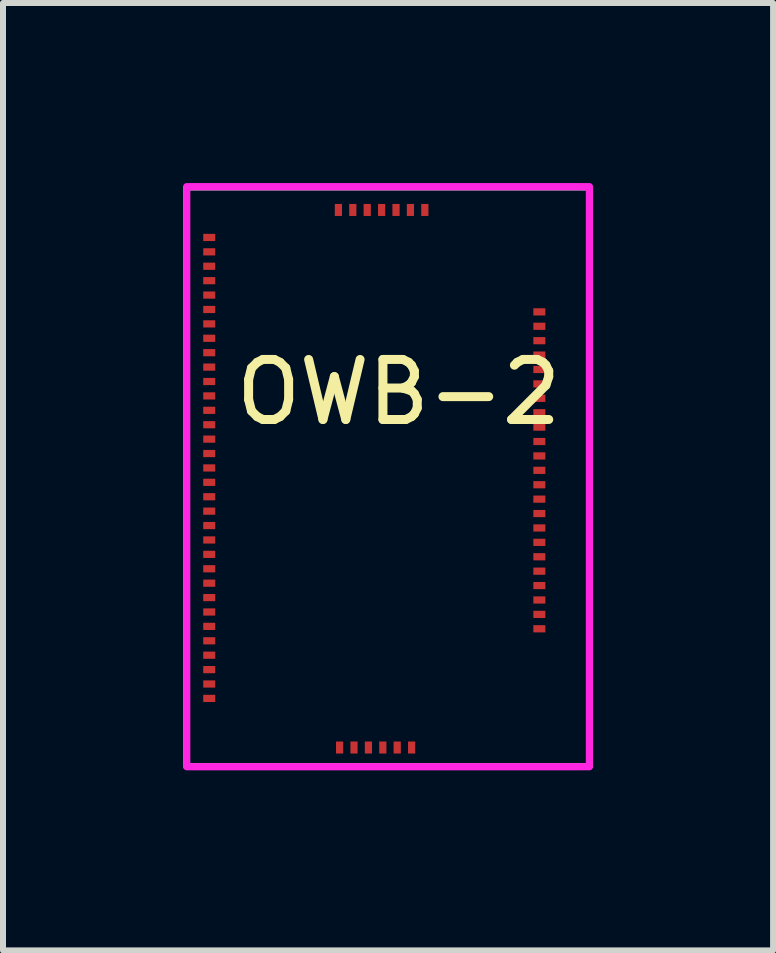
<source format=kicad_pcb>
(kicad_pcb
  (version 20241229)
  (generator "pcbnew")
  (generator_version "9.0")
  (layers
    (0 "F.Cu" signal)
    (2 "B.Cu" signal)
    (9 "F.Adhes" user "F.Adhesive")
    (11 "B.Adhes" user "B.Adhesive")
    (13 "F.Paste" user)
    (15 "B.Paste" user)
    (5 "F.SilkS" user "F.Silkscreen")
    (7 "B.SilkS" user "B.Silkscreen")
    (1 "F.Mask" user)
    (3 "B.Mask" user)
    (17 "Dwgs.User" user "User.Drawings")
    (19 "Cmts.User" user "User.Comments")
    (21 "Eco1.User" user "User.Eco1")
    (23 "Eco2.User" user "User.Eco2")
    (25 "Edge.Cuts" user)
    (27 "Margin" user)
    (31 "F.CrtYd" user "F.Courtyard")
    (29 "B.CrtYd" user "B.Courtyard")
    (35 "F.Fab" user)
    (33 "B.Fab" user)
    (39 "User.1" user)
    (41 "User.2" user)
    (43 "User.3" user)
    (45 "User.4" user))
  (footprint "OWB-2"
    (layer "F.Cu")
    (at 3.29 4.478)
    (property "Reference" "OWB-2" (at 0.302 -0.994 0) (unlocked yes) (layer "F.SilkS") (effects (font (size 1 1) (thickness 0.15))))
    (attr smd)
    (fp_rect (start -3.229 -4.418) (end 3.48 5.246) (stroke (width 0.12) (type solid)) (fill no) (layer "F.CrtYd"))
    (fp_line (start -1.558 -3.106) (end 1.502 -3.106) (stroke (width 0.00001) (type solid)) (layer "F.Fab"))
    (fp_line (start -1.558 -2.352) (end -1.558 -3.106) (stroke (width 0.00001) (type solid)) (layer "F.Fab"))
    (fp_line (start -1.558 3.305) (end -1.558 -2.352) (stroke (width 0.00001) (type solid)) (layer "F.Fab"))
    (fp_line (start -1.458 -2.668) (end -1.373 -2.668) (stroke (width 0.00001) (type solid)) (layer "F.Fab"))
    (fp_line (start -1.458 -2.583) (end -1.458 -2.668) (stroke (width 0.00001) (type solid)) (layer "F.Fab"))
    (fp_line (start -1.458 -2.518) (end -1.373 -2.518) (stroke (width 0.00001) (type solid)) (layer "F.Fab"))
    (fp_line (start -1.458 -2.433) (end -1.458 -2.518) (stroke (width 0.00001) (type solid)) (layer "F.Fab"))
    (fp_line (start -1.458 -2.368) (end -1.373 -2.368) (stroke (width 0.00001) (type solid)) (layer "F.Fab"))
    (fp_line (start -1.458 -2.283) (end -1.458 -2.368) (stroke (width 0.00001) (type solid)) (layer "F.Fab"))
    (fp_line (start -1.458 -2.218) (end -1.373 -2.218) (stroke (width 0.00001) (type solid)) (layer "F.Fab"))
    (fp_line (start -1.458 -2.133) (end -1.458 -2.218) (stroke (width 0.00001) (type solid)) (layer "F.Fab"))
    (fp_line (start -1.458 -2.068) (end -1.373 -2.068) (stroke (width 0.00001) (type solid)) (layer "F.Fab"))
    (fp_line (start -1.458 -1.983) (end -1.458 -2.068) (stroke (width 0.00001) (type solid)) (layer "F.Fab"))
    (fp_line (start -1.458 -1.918) (end -1.373 -1.918) (stroke (width 0.00001) (type solid)) (layer "F.Fab"))
    (fp_line (start -1.458 -1.833) (end -1.458 -1.918) (stroke (width 0.00001) (type solid)) (layer "F.Fab"))
    (fp_line (start -1.458 -1.768) (end -1.373 -1.768) (stroke (width 0.00001) (type solid)) (layer "F.Fab"))
    (fp_line (start -1.458 -1.683) (end -1.458 -1.768) (stroke (width 0.00001) (type solid)) (layer "F.Fab"))
    (fp_line (start -1.458 -1.618) (end -1.373 -1.618) (stroke (width 0.00001) (type solid)) (layer "F.Fab"))
    (fp_line (start -1.458 -1.533) (end -1.458 -1.618) (stroke (width 0.00001) (type solid)) (layer "F.Fab"))
    (fp_line (start -1.458 -1.468) (end -1.373 -1.468) (stroke (width 0.00001) (type solid)) (layer "F.Fab"))
    (fp_line (start -1.458 -1.383) (end -1.458 -1.468) (stroke (width 0.00001) (type solid)) (layer "F.Fab"))
    (fp_line (start -1.458 -1.318) (end -1.373 -1.318) (stroke (width 0.00001) (type solid)) (layer "F.Fab"))
    (fp_line (start -1.458 -1.233) (end -1.458 -1.318) (stroke (width 0.00001) (type solid)) (layer "F.Fab"))
    (fp_line (start -1.458 -1.168) (end -1.373 -1.168) (stroke (width 0.00001) (type solid)) (layer "F.Fab"))
    (fp_line (start -1.458 -1.083) (end -1.458 -1.168) (stroke (width 0.00001) (type solid)) (layer "F.Fab"))
    (fp_line (start -1.458 -1.018) (end -1.373 -1.018) (stroke (width 0.00001) (type solid)) (layer "F.Fab"))
    (fp_line (start -1.458 -0.933) (end -1.458 -1.018) (stroke (width 0.00001) (type solid)) (layer "F.Fab"))
    (fp_line (start -1.458 -0.868) (end -1.373 -0.868) (stroke (width 0.00001) (type solid)) (layer "F.Fab"))
    (fp_line (start -1.458 -0.783) (end -1.458 -0.868) (stroke (width 0.00001) (type solid)) (layer "F.Fab"))
    (fp_line (start -1.458 -0.718) (end -1.373 -0.718) (stroke (width 0.00001) (type solid)) (layer "F.Fab"))
    (fp_line (start -1.458 -0.633) (end -1.458 -0.718) (stroke (width 0.00001) (type solid)) (layer "F.Fab"))
    (fp_line (start -1.458 -0.568) (end -1.373 -0.568) (stroke (width 0.00001) (type solid)) (layer "F.Fab"))
    (fp_line (start -1.458 -0.483) (end -1.458 -0.568) (stroke (width 0.00001) (type solid)) (layer "F.Fab"))
    (fp_line (start -1.458 -0.418) (end -1.373 -0.418) (stroke (width 0.00001) (type solid)) (layer "F.Fab"))
    (fp_line (start -1.458 -0.333) (end -1.458 -0.418) (stroke (width 0.00001) (type solid)) (layer "F.Fab"))
    (fp_line (start -1.458 -0.268) (end -1.373 -0.268) (stroke (width 0.00001) (type solid)) (layer "F.Fab"))
    (fp_line (start -1.458 -0.183) (end -1.458 -0.268) (stroke (width 0.00001) (type solid)) (layer "F.Fab"))
    (fp_line (start -1.458 -0.118) (end -1.373 -0.118) (stroke (width 0.00001) (type solid)) (layer "F.Fab"))
    (fp_line (start -1.458 -0.033) (end -1.458 -0.118) (stroke (width 0.00001) (type solid)) (layer "F.Fab"))
    (fp_line (start -1.458 0.032) (end -1.373 0.032) (stroke (width 0.00001) (type solid)) (layer "F.Fab"))
    (fp_line (start -1.458 0.117) (end -1.458 0.032) (stroke (width 0.00001) (type solid)) (layer "F.Fab"))
    (fp_line (start -1.458 0.182) (end -1.373 0.182) (stroke (width 0.00001) (type solid)) (layer "F.Fab"))
    (fp_line (start -1.458 0.267) (end -1.458 0.182) (stroke (width 0.00001) (type solid)) (layer "F.Fab"))
    (fp_line (start -1.458 0.332) (end -1.373 0.332) (stroke (width 0.00001) (type solid)) (layer "F.Fab"))
    (fp_line (start -1.458 0.417) (end -1.458 0.332) (stroke (width 0.00001) (type solid)) (layer "F.Fab"))
    (fp_line (start -1.458 0.482) (end -1.373 0.482) (stroke (width 0.00001) (type solid)) (layer "F.Fab"))
    (fp_line (start -1.458 0.567) (end -1.458 0.482) (stroke (width 0.00001) (type solid)) (layer "F.Fab"))
    (fp_line (start -1.458 0.632) (end -1.373 0.632) (stroke (width 0.00001) (type solid)) (layer "F.Fab"))
    (fp_line (start -1.458 0.717) (end -1.458 0.632) (stroke (width 0.00001) (type solid)) (layer "F.Fab"))
    (fp_line (start -1.458 0.782) (end -1.373 0.782) (stroke (width 0.00001) (type solid)) (layer "F.Fab"))
    (fp_line (start -1.458 0.867) (end -1.458 0.782) (stroke (width 0.00001) (type solid)) (layer "F.Fab"))
    (fp_line (start -1.458 0.932) (end -1.373 0.932) (stroke (width 0.00001) (type solid)) (layer "F.Fab"))
    (fp_line (start -1.458 1.017) (end -1.458 0.932) (stroke (width 0.00001) (type solid)) (layer "F.Fab"))
    (fp_line (start -1.458 1.082) (end -1.373 1.082) (stroke (width 0.00001) (type solid)) (layer "F.Fab"))
    (fp_line (start -1.458 1.167) (end -1.458 1.082) (stroke (width 0.00001) (type solid)) (layer "F.Fab"))
    (fp_line (start -1.458 1.232) (end -1.373 1.232) (stroke (width 0.00001) (type solid)) (layer "F.Fab"))
    (fp_line (start -1.458 1.317) (end -1.458 1.232) (stroke (width 0.00001) (type solid)) (layer "F.Fab"))
    (fp_line (start -1.458 1.382) (end -1.373 1.382) (stroke (width 0.00001) (type solid)) (layer "F.Fab"))
    (fp_line (start -1.458 1.467) (end -1.458 1.382) (stroke (width 0.00001) (type solid)) (layer "F.Fab"))
    (fp_line (start -1.458 1.532) (end -1.373 1.532) (stroke (width 0.00001) (type solid)) (layer "F.Fab"))
    (fp_line (start -1.458 1.617) (end -1.458 1.532) (stroke (width 0.00001) (type solid)) (layer "F.Fab"))
    (fp_line (start -1.458 1.682) (end -1.373 1.682) (stroke (width 0.00001) (type solid)) (layer "F.Fab"))
    (fp_line (start -1.458 1.767) (end -1.458 1.682) (stroke (width 0.00001) (type solid)) (layer "F.Fab"))
    (fp_line (start -1.458 1.832) (end -1.373 1.832) (stroke (width 0.00001) (type solid)) (layer "F.Fab"))
    (fp_line (start -1.458 1.917) (end -1.458 1.832) (stroke (width 0.00001) (type solid)) (layer "F.Fab"))
    (fp_line (start -1.458 1.982) (end -1.373 1.982) (stroke (width 0.00001) (type solid)) (layer "F.Fab"))
    (fp_line (start -1.458 2.067) (end -1.458 1.982) (stroke (width 0.00001) (type solid)) (layer "F.Fab"))
    (fp_line (start -1.458 2.132) (end -1.373 2.132) (stroke (width 0.00001) (type solid)) (layer "F.Fab"))
    (fp_line (start -1.458 2.217) (end -1.458 2.132) (stroke (width 0.00001) (type solid)) (layer "F.Fab"))
    (fp_line (start -1.458 2.282) (end -1.373 2.282) (stroke (width 0.00001) (type solid)) (layer "F.Fab"))
    (fp_line (start -1.458 2.367) (end -1.458 2.282) (stroke (width 0.00001) (type solid)) (layer "F.Fab"))
    (fp_line (start -1.458 2.432) (end -1.373 2.432) (stroke (width 0.00001) (type solid)) (layer "F.Fab"))
    (fp_line (start -1.458 2.517) (end -1.458 2.432) (stroke (width 0.00001) (type solid)) (layer "F.Fab"))
    (fp_line (start -1.458 2.582) (end -1.373 2.582) (stroke (width 0.00001) (type solid)) (layer "F.Fab"))
    (fp_line (start -1.458 2.667) (end -1.458 2.582) (stroke (width 0.00001) (type solid)) (layer "F.Fab"))
    (fp_line (start -1.458 2.732) (end -1.373 2.732) (stroke (width 0.00001) (type solid)) (layer "F.Fab"))
    (fp_line (start -1.458 2.817) (end -1.458 2.732) (stroke (width 0.00001) (type solid)) (layer "F.Fab"))
    (fp_line (start -1.373 -2.668) (end -1.373 -2.583) (stroke (width 0.00001) (type solid)) (layer "F.Fab"))
    (fp_line (start -1.373 -2.583) (end -1.458 -2.583) (stroke (width 0.00001) (type solid)) (layer "F.Fab"))
    (fp_line (start -1.373 -2.518) (end -1.373 -2.433) (stroke (width 0.00001) (type solid)) (layer "F.Fab"))
    (fp_line (start -1.373 -2.433) (end -1.458 -2.433) (stroke (width 0.00001) (type solid)) (layer "F.Fab"))
    (fp_line (start -1.373 -2.368) (end -1.373 -2.283) (stroke (width 0.00001) (type solid)) (layer "F.Fab"))
    (fp_line (start -1.373 -2.283) (end -1.458 -2.283) (stroke (width 0.00001) (type solid)) (layer "F.Fab"))
    (fp_line (start -1.373 -2.218) (end -1.373 -2.133) (stroke (width 0.00001) (type solid)) (layer "F.Fab"))
    (fp_line (start -1.373 -2.133) (end -1.458 -2.133) (stroke (width 0.00001) (type solid)) (layer "F.Fab"))
    (fp_line (start -1.373 -2.068) (end -1.373 -1.983) (stroke (width 0.00001) (type solid)) (layer "F.Fab"))
    (fp_line (start -1.373 -1.983) (end -1.458 -1.983) (stroke (width 0.00001) (type solid)) (layer "F.Fab"))
    (fp_line (start -1.373 -1.918) (end -1.373 -1.833) (stroke (width 0.00001) (type solid)) (layer "F.Fab"))
    (fp_line (start -1.373 -1.833) (end -1.458 -1.833) (stroke (width 0.00001) (type solid)) (layer "F.Fab"))
    (fp_line (start -1.373 -1.768) (end -1.373 -1.683) (stroke (width 0.00001) (type solid)) (layer "F.Fab"))
    (fp_line (start -1.373 -1.683) (end -1.458 -1.683) (stroke (width 0.00001) (type solid)) (layer "F.Fab"))
    (fp_line (start -1.373 -1.618) (end -1.373 -1.533) (stroke (width 0.00001) (type solid)) (layer "F.Fab"))
    (fp_line (start -1.373 -1.533) (end -1.458 -1.533) (stroke (width 0.00001) (type solid)) (layer "F.Fab"))
    (fp_line (start -1.373 -1.468) (end -1.373 -1.383) (stroke (width 0.00001) (type solid)) (layer "F.Fab"))
    (fp_line (start -1.373 -1.383) (end -1.458 -1.383) (stroke (width 0.00001) (type solid)) (layer "F.Fab"))
    (fp_line (start -1.373 -1.318) (end -1.373 -1.233) (stroke (width 0.00001) (type solid)) (layer "F.Fab"))
    (fp_line (start -1.373 -1.233) (end -1.458 -1.233) (stroke (width 0.00001) (type solid)) (layer "F.Fab"))
    (fp_line (start -1.373 -1.168) (end -1.373 -1.083) (stroke (width 0.00001) (type solid)) (layer "F.Fab"))
    (fp_line (start -1.373 -1.083) (end -1.458 -1.083) (stroke (width 0.00001) (type solid)) (layer "F.Fab"))
    (fp_line (start -1.373 -1.018) (end -1.373 -0.933) (stroke (width 0.00001) (type solid)) (layer "F.Fab"))
    (fp_line (start -1.373 -0.933) (end -1.458 -0.933) (stroke (width 0.00001) (type solid)) (layer "F.Fab"))
    (fp_line (start -1.373 -0.868) (end -1.373 -0.783) (stroke (width 0.00001) (type solid)) (layer "F.Fab"))
    (fp_line (start -1.373 -0.783) (end -1.458 -0.783) (stroke (width 0.00001) (type solid)) (layer "F.Fab"))
    (fp_line (start -1.373 -0.718) (end -1.373 -0.633) (stroke (width 0.00001) (type solid)) (layer "F.Fab"))
    (fp_line (start -1.373 -0.633) (end -1.458 -0.633) (stroke (width 0.00001) (type solid)) (layer "F.Fab"))
    (fp_line (start -1.373 -0.568) (end -1.373 -0.483) (stroke (width 0.00001) (type solid)) (layer "F.Fab"))
    (fp_line (start -1.373 -0.483) (end -1.458 -0.483) (stroke (width 0.00001) (type solid)) (layer "F.Fab"))
    (fp_line (start -1.373 -0.418) (end -1.373 -0.333) (stroke (width 0.00001) (type solid)) (layer "F.Fab"))
    (fp_line (start -1.373 -0.333) (end -1.458 -0.333) (stroke (width 0.00001) (type solid)) (layer "F.Fab"))
    (fp_line (start -1.373 -0.268) (end -1.373 -0.183) (stroke (width 0.00001) (type solid)) (layer "F.Fab"))
    (fp_line (start -1.373 -0.183) (end -1.458 -0.183) (stroke (width 0.00001) (type solid)) (layer "F.Fab"))
    (fp_line (start -1.373 -0.118) (end -1.373 -0.033) (stroke (width 0.00001) (type solid)) (layer "F.Fab"))
    (fp_line (start -1.373 -0.033) (end -1.458 -0.033) (stroke (width 0.00001) (type solid)) (layer "F.Fab"))
    (fp_line (start -1.373 0.032) (end -1.373 0.117) (stroke (width 0.00001) (type solid)) (layer "F.Fab"))
    (fp_line (start -1.373 0.117) (end -1.458 0.117) (stroke (width 0.00001) (type solid)) (layer "F.Fab"))
    (fp_line (start -1.373 0.182) (end -1.373 0.267) (stroke (width 0.00001) (type solid)) (layer "F.Fab"))
    (fp_line (start -1.373 0.267) (end -1.458 0.267) (stroke (width 0.00001) (type solid)) (layer "F.Fab"))
    (fp_line (start -1.373 0.332) (end -1.373 0.417) (stroke (width 0.00001) (type solid)) (layer "F.Fab"))
    (fp_line (start -1.373 0.417) (end -1.458 0.417) (stroke (width 0.00001) (type solid)) (layer "F.Fab"))
    (fp_line (start -1.373 0.482) (end -1.373 0.567) (stroke (width 0.00001) (type solid)) (layer "F.Fab"))
    (fp_line (start -1.373 0.567) (end -1.458 0.567) (stroke (width 0.00001) (type solid)) (layer "F.Fab"))
    (fp_line (start -1.373 0.632) (end -1.373 0.717) (stroke (width 0.00001) (type solid)) (layer "F.Fab"))
    (fp_line (start -1.373 0.717) (end -1.458 0.717) (stroke (width 0.00001) (type solid)) (layer "F.Fab"))
    (fp_line (start -1.373 0.782) (end -1.373 0.867) (stroke (width 0.00001) (type solid)) (layer "F.Fab"))
    (fp_line (start -1.373 0.867) (end -1.458 0.867) (stroke (width 0.00001) (type solid)) (layer "F.Fab"))
    (fp_line (start -1.373 0.932) (end -1.373 1.017) (stroke (width 0.00001) (type solid)) (layer "F.Fab"))
    (fp_line (start -1.373 1.017) (end -1.458 1.017) (stroke (width 0.00001) (type solid)) (layer "F.Fab"))
    (fp_line (start -1.373 1.082) (end -1.373 1.167) (stroke (width 0.00001) (type solid)) (layer "F.Fab"))
    (fp_line (start -1.373 1.167) (end -1.458 1.167) (stroke (width 0.00001) (type solid)) (layer "F.Fab"))
    (fp_line (start -1.373 1.232) (end -1.373 1.317) (stroke (width 0.00001) (type solid)) (layer "F.Fab"))
    (fp_line (start -1.373 1.317) (end -1.458 1.317) (stroke (width 0.00001) (type solid)) (layer "F.Fab"))
    (fp_line (start -1.373 1.382) (end -1.373 1.467) (stroke (width 0.00001) (type solid)) (layer "F.Fab"))
    (fp_line (start -1.373 1.467) (end -1.458 1.467) (stroke (width 0.00001) (type solid)) (layer "F.Fab"))
    (fp_line (start -1.373 1.532) (end -1.373 1.617) (stroke (width 0.00001) (type solid)) (layer "F.Fab"))
    (fp_line (start -1.373 1.617) (end -1.458 1.617) (stroke (width 0.00001) (type solid)) (layer "F.Fab"))
    (fp_line (start -1.373 1.682) (end -1.373 1.767) (stroke (width 0.00001) (type solid)) (layer "F.Fab"))
    (fp_line (start -1.373 1.767) (end -1.458 1.767) (stroke (width 0.00001) (type solid)) (layer "F.Fab"))
    (fp_line (start -1.373 1.832) (end -1.373 1.917) (stroke (width 0.00001) (type solid)) (layer "F.Fab"))
    (fp_line (start -1.373 1.917) (end -1.458 1.917) (stroke (width 0.00001) (type solid)) (layer "F.Fab"))
    (fp_line (start -1.373 1.982) (end -1.373 2.067) (stroke (width 0.00001) (type solid)) (layer "F.Fab"))
    (fp_line (start -1.373 2.067) (end -1.458 2.067) (stroke (width 0.00001) (type solid)) (layer "F.Fab"))
    (fp_line (start -1.373 2.132) (end -1.373 2.217) (stroke (width 0.00001) (type solid)) (layer "F.Fab"))
    (fp_line (start -1.373 2.217) (end -1.458 2.217) (stroke (width 0.00001) (type solid)) (layer "F.Fab"))
    (fp_line (start -1.373 2.282) (end -1.373 2.367) (stroke (width 0.00001) (type solid)) (layer "F.Fab"))
    (fp_line (start -1.373 2.367) (end -1.458 2.367) (stroke (width 0.00001) (type solid)) (layer "F.Fab"))
    (fp_line (start -1.373 2.432) (end -1.373 2.517) (stroke (width 0.00001) (type solid)) (layer "F.Fab"))
    (fp_line (start -1.373 2.517) (end -1.458 2.517) (stroke (width 0.00001) (type solid)) (layer "F.Fab"))
    (fp_line (start -1.373 2.582) (end -1.373 2.667) (stroke (width 0.00001) (type solid)) (layer "F.Fab"))
    (fp_line (start -1.373 2.667) (end -1.458 2.667) (stroke (width 0.00001) (type solid)) (layer "F.Fab"))
    (fp_line (start -1.373 2.732) (end -1.373 2.817) (stroke (width 0.00001) (type solid)) (layer "F.Fab"))
    (fp_line (start -1.373 2.817) (end -1.458 2.817) (stroke (width 0.00001) (type solid)) (layer "F.Fab"))
    (fp_line (start -1.121 -3.006) (end -1.036 -3.006) (stroke (width 0.00001) (type solid)) (layer "F.Fab"))
    (fp_line (start -1.121 -2.921) (end -1.121 -3.006) (stroke (width 0.00001) (type solid)) (layer "F.Fab"))
    (fp_line (start -1.121 3.119) (end -1.036 3.119) (stroke (width 0.00001) (type solid)) (layer "F.Fab"))
    (fp_line (start -1.121 3.204) (end -1.121 3.119) (stroke (width 0.00001) (type solid)) (layer "F.Fab"))
    (fp_line (start -1.036 -3.006) (end -1.036 -2.921) (stroke (width 0.00001) (type solid)) (layer "F.Fab"))
    (fp_line (start -1.036 -2.921) (end -1.121 -2.921) (stroke (width 0.00001) (type solid)) (layer "F.Fab"))
    (fp_line (start -1.036 3.119) (end -1.036 3.204) (stroke (width 0.00001) (type solid)) (layer "F.Fab"))
    (fp_line (start -1.036 3.204) (end -1.121 3.204) (stroke (width 0.00001) (type solid)) (layer "F.Fab"))
    (fp_line (start -0.971 -3.006) (end -0.885 -3.006) (stroke (width 0.00001) (type solid)) (layer "F.Fab"))
    (fp_line (start -0.971 -2.921) (end -0.971 -3.006) (stroke (width 0.00001) (type solid)) (layer "F.Fab"))
    (fp_line (start -0.971 3.119) (end -0.885 3.119) (stroke (width 0.00001) (type solid)) (layer "F.Fab"))
    (fp_line (start -0.971 3.204) (end -0.971 3.119) (stroke (width 0.00001) (type solid)) (layer "F.Fab"))
    (fp_line (start -0.885 -3.006) (end -0.885 -2.921) (stroke (width 0.00001) (type solid)) (layer "F.Fab"))
    (fp_line (start -0.885 -2.921) (end -0.971 -2.921) (stroke (width 0.00001) (type solid)) (layer "F.Fab"))
    (fp_line (start -0.885 3.119) (end -0.885 3.204) (stroke (width 0.00001) (type solid)) (layer "F.Fab"))
    (fp_line (start -0.885 3.204) (end -0.971 3.204) (stroke (width 0.00001) (type solid)) (layer "F.Fab"))
    (fp_line (start -0.821 -3.006) (end -0.736 -3.006) (stroke (width 0.00001) (type solid)) (layer "F.Fab"))
    (fp_line (start -0.821 -2.921) (end -0.821 -3.006) (stroke (width 0.00001) (type solid)) (layer "F.Fab"))
    (fp_line (start -0.821 3.119) (end -0.736 3.119) (stroke (width 0.00001) (type solid)) (layer "F.Fab"))
    (fp_line (start -0.821 3.204) (end -0.821 3.119) (stroke (width 0.00001) (type solid)) (layer "F.Fab"))
    (fp_line (start -0.736 -3.006) (end -0.736 -2.921) (stroke (width 0.00001) (type solid)) (layer "F.Fab"))
    (fp_line (start -0.736 -2.921) (end -0.821 -2.921) (stroke (width 0.00001) (type solid)) (layer "F.Fab"))
    (fp_line (start -0.736 3.119) (end -0.736 3.204) (stroke (width 0.00001) (type solid)) (layer "F.Fab"))
    (fp_line (start -0.736 3.204) (end -0.821 3.204) (stroke (width 0.00001) (type solid)) (layer "F.Fab"))
    (fp_line (start -0.67 -3.006) (end -0.586 -3.006) (stroke (width 0.00001) (type solid)) (layer "F.Fab"))
    (fp_line (start -0.67 -2.921) (end -0.67 -3.006) (stroke (width 0.00001) (type solid)) (layer "F.Fab"))
    (fp_line (start -0.67 3.119) (end -0.586 3.119) (stroke (width 0.00001) (type solid)) (layer "F.Fab"))
    (fp_line (start -0.67 3.204) (end -0.67 3.119) (stroke (width 0.00001) (type solid)) (layer "F.Fab"))
    (fp_line (start -0.586 -3.006) (end -0.586 -2.921) (stroke (width 0.00001) (type solid)) (layer "F.Fab"))
    (fp_line (start -0.586 -2.921) (end -0.67 -2.921) (stroke (width 0.00001) (type solid)) (layer "F.Fab"))
    (fp_line (start -0.586 3.119) (end -0.586 3.204) (stroke (width 0.00001) (type solid)) (layer "F.Fab"))
    (fp_line (start -0.586 3.204) (end -0.67 3.204) (stroke (width 0.00001) (type solid)) (layer "F.Fab"))
    (fp_line (start -0.52 -3.006) (end -0.435 -3.006) (stroke (width 0.00001) (type solid)) (layer "F.Fab"))
    (fp_line (start -0.52 -2.921) (end -0.52 -3.006) (stroke (width 0.00001) (type solid)) (layer "F.Fab"))
    (fp_line (start -0.52 3.119) (end -0.435 3.119) (stroke (width 0.00001) (type solid)) (layer "F.Fab"))
    (fp_line (start -0.52 3.204) (end -0.52 3.119) (stroke (width 0.00001) (type solid)) (layer "F.Fab"))
    (fp_line (start -0.435 -3.006) (end -0.435 -2.921) (stroke (width 0.00001) (type solid)) (layer "F.Fab"))
    (fp_line (start -0.435 -2.921) (end -0.52 -2.921) (stroke (width 0.00001) (type solid)) (layer "F.Fab"))
    (fp_line (start -0.435 3.119) (end -0.435 3.204) (stroke (width 0.00001) (type solid)) (layer "F.Fab"))
    (fp_line (start -0.435 3.204) (end -0.52 3.204) (stroke (width 0.00001) (type solid)) (layer "F.Fab"))
    (fp_line (start -0.37 -3.006) (end -0.285 -3.006) (stroke (width 0.00001) (type solid)) (layer "F.Fab"))
    (fp_line (start -0.37 -2.921) (end -0.37 -3.006) (stroke (width 0.00001) (type solid)) (layer "F.Fab"))
    (fp_line (start -0.37 3.119) (end -0.285 3.119) (stroke (width 0.00001) (type solid)) (layer "F.Fab"))
    (fp_line (start -0.37 3.204) (end -0.37 3.119) (stroke (width 0.00001) (type solid)) (layer "F.Fab"))
    (fp_line (start -0.285 -3.006) (end -0.285 -2.921) (stroke (width 0.00001) (type solid)) (layer "F.Fab"))
    (fp_line (start -0.285 -2.921) (end -0.37 -2.921) (stroke (width 0.00001) (type solid)) (layer "F.Fab"))
    (fp_line (start -0.285 3.119) (end -0.285 3.204) (stroke (width 0.00001) (type solid)) (layer "F.Fab"))
    (fp_line (start -0.285 3.204) (end -0.37 3.204) (stroke (width 0.00001) (type solid)) (layer "F.Fab"))
    (fp_line (start -0.221 -3.006) (end -0.136 -3.006) (stroke (width 0.00001) (type solid)) (layer "F.Fab"))
    (fp_line (start -0.221 -2.921) (end -0.221 -3.006) (stroke (width 0.00001) (type solid)) (layer "F.Fab"))
    (fp_line (start -0.221 3.119) (end -0.136 3.119) (stroke (width 0.00001) (type solid)) (layer "F.Fab"))
    (fp_line (start -0.221 3.204) (end -0.221 3.119) (stroke (width 0.00001) (type solid)) (layer "F.Fab"))
    (fp_line (start -0.136 -3.006) (end -0.136 -2.921) (stroke (width 0.00001) (type solid)) (layer "F.Fab"))
    (fp_line (start -0.136 -2.921) (end -0.221 -2.921) (stroke (width 0.00001) (type solid)) (layer "F.Fab"))
    (fp_line (start -0.136 3.119) (end -0.136 3.204) (stroke (width 0.00001) (type solid)) (layer "F.Fab"))
    (fp_line (start -0.136 3.204) (end -0.221 3.204) (stroke (width 0.00001) (type solid)) (layer "F.Fab"))
    (fp_line (start -0.07 -3.006) (end 0.015 -3.006) (stroke (width 0.00001) (type solid)) (layer "F.Fab"))
    (fp_line (start -0.07 -2.921) (end -0.07 -3.006) (stroke (width 0.00001) (type solid)) (layer "F.Fab"))
    (fp_line (start -0.07 3.119) (end 0.015 3.119) (stroke (width 0.00001) (type solid)) (layer "F.Fab"))
    (fp_line (start -0.07 3.204) (end -0.07 3.119) (stroke (width 0.00001) (type solid)) (layer "F.Fab"))
    (fp_line (start 0.015 -3.006) (end 0.015 -2.921) (stroke (width 0.00001) (type solid)) (layer "F.Fab"))
    (fp_line (start 0.015 -2.921) (end -0.07 -2.921) (stroke (width 0.00001) (type solid)) (layer "F.Fab"))
    (fp_line (start 0.015 3.119) (end 0.015 3.204) (stroke (width 0.00001) (type solid)) (layer "F.Fab"))
    (fp_line (start 0.015 3.204) (end -0.07 3.204) (stroke (width 0.00001) (type solid)) (layer "F.Fab"))
    (fp_line (start 0.08 -3.006) (end 0.165 -3.006) (stroke (width 0.00001) (type solid)) (layer "F.Fab"))
    (fp_line (start 0.08 -2.921) (end 0.08 -3.006) (stroke (width 0.00001) (type solid)) (layer "F.Fab"))
    (fp_line (start 0.08 3.119) (end 0.165 3.119) (stroke (width 0.00001) (type solid)) (layer "F.Fab"))
    (fp_line (start 0.08 3.204) (end 0.08 3.119) (stroke (width 0.00001) (type solid)) (layer "F.Fab"))
    (fp_line (start 0.165 -3.006) (end 0.165 -2.921) (stroke (width 0.00001) (type solid)) (layer "F.Fab"))
    (fp_line (start 0.165 -2.921) (end 0.08 -2.921) (stroke (width 0.00001) (type solid)) (layer "F.Fab"))
    (fp_line (start 0.165 3.119) (end 0.165 3.204) (stroke (width 0.00001) (type solid)) (layer "F.Fab"))
    (fp_line (start 0.165 3.204) (end 0.08 3.204) (stroke (width 0.00001) (type solid)) (layer "F.Fab"))
    (fp_line (start 0.23 -3.006) (end 0.315 -3.006) (stroke (width 0.00001) (type solid)) (layer "F.Fab"))
    (fp_line (start 0.23 -2.921) (end 0.23 -3.006) (stroke (width 0.00001) (type solid)) (layer "F.Fab"))
    (fp_line (start 0.23 3.119) (end 0.315 3.119) (stroke (width 0.00001) (type solid)) (layer "F.Fab"))
    (fp_line (start 0.23 3.204) (end 0.23 3.119) (stroke (width 0.00001) (type solid)) (layer "F.Fab"))
    (fp_line (start 0.315 -3.006) (end 0.315 -2.921) (stroke (width 0.00001) (type solid)) (layer "F.Fab"))
    (fp_line (start 0.315 -2.921) (end 0.23 -2.921) (stroke (width 0.00001) (type solid)) (layer "F.Fab"))
    (fp_line (start 0.315 3.119) (end 0.315 3.204) (stroke (width 0.00001) (type solid)) (layer "F.Fab"))
    (fp_line (start 0.315 3.204) (end 0.23 3.204) (stroke (width 0.00001) (type solid)) (layer "F.Fab"))
    (fp_line (start 0.38 -3.006) (end 0.465 -3.006) (stroke (width 0.00001) (type solid)) (layer "F.Fab"))
    (fp_line (start 0.38 -2.921) (end 0.38 -3.006) (stroke (width 0.00001) (type solid)) (layer "F.Fab"))
    (fp_line (start 0.38 3.119) (end 0.465 3.119) (stroke (width 0.00001) (type solid)) (layer "F.Fab"))
    (fp_line (start 0.38 3.204) (end 0.38 3.119) (stroke (width 0.00001) (type solid)) (layer "F.Fab"))
    (fp_line (start 0.465 -3.006) (end 0.465 -2.921) (stroke (width 0.00001) (type solid)) (layer "F.Fab"))
    (fp_line (start 0.465 -2.921) (end 0.38 -2.921) (stroke (width 0.00001) (type solid)) (layer "F.Fab"))
    (fp_line (start 0.465 3.119) (end 0.465 3.204) (stroke (width 0.00001) (type solid)) (layer "F.Fab"))
    (fp_line (start 0.465 3.204) (end 0.38 3.204) (stroke (width 0.00001) (type solid)) (layer "F.Fab"))
    (fp_line (start 0.529 -3.006) (end 0.615 -3.006) (stroke (width 0.00001) (type solid)) (layer "F.Fab"))
    (fp_line (start 0.529 -2.921) (end 0.529 -3.006) (stroke (width 0.00001) (type solid)) (layer "F.Fab"))
    (fp_line (start 0.529 3.119) (end 0.615 3.119) (stroke (width 0.00001) (type solid)) (layer "F.Fab"))
    (fp_line (start 0.529 3.204) (end 0.529 3.119) (stroke (width 0.00001) (type solid)) (layer "F.Fab"))
    (fp_line (start 0.615 -3.006) (end 0.615 -2.921) (stroke (width 0.00001) (type solid)) (layer "F.Fab"))
    (fp_line (start 0.615 -2.921) (end 0.529 -2.921) (stroke (width 0.00001) (type solid)) (layer "F.Fab"))
    (fp_line (start 0.615 3.119) (end 0.615 3.204) (stroke (width 0.00001) (type solid)) (layer "F.Fab"))
    (fp_line (start 0.615 3.204) (end 0.529 3.204) (stroke (width 0.00001) (type solid)) (layer "F.Fab"))
    (fp_line (start 0.679 -3.006) (end 0.764 -3.006) (stroke (width 0.00001) (type solid)) (layer "F.Fab"))
    (fp_line (start 0.679 -2.921) (end 0.679 -3.006) (stroke (width 0.00001) (type solid)) (layer "F.Fab"))
    (fp_line (start 0.679 3.119) (end 0.764 3.119) (stroke (width 0.00001) (type solid)) (layer "F.Fab"))
    (fp_line (start 0.679 3.204) (end 0.679 3.119) (stroke (width 0.00001) (type solid)) (layer "F.Fab"))
    (fp_line (start 0.764 -3.006) (end 0.764 -2.921) (stroke (width 0.00001) (type solid)) (layer "F.Fab"))
    (fp_line (start 0.764 -2.921) (end 0.679 -2.921) (stroke (width 0.00001) (type solid)) (layer "F.Fab"))
    (fp_line (start 0.764 3.119) (end 0.764 3.204) (stroke (width 0.00001) (type solid)) (layer "F.Fab"))
    (fp_line (start 0.764 3.204) (end 0.679 3.204) (stroke (width 0.00001) (type solid)) (layer "F.Fab"))
    (fp_line (start 0.83 -3.006) (end 0.914 -3.006) (stroke (width 0.00001) (type solid)) (layer "F.Fab"))
    (fp_line (start 0.83 -2.921) (end 0.83 -3.006) (stroke (width 0.00001) (type solid)) (layer "F.Fab"))
    (fp_line (start 0.83 3.119) (end 0.914 3.119) (stroke (width 0.00001) (type solid)) (layer "F.Fab"))
    (fp_line (start 0.83 3.204) (end 0.83 3.119) (stroke (width 0.00001) (type solid)) (layer "F.Fab"))
    (fp_line (start 0.914 -3.006) (end 0.914 -2.921) (stroke (width 0.00001) (type solid)) (layer "F.Fab"))
    (fp_line (start 0.914 -2.921) (end 0.83 -2.921) (stroke (width 0.00001) (type solid)) (layer "F.Fab"))
    (fp_line (start 0.914 3.119) (end 0.914 3.204) (stroke (width 0.00001) (type solid)) (layer "F.Fab"))
    (fp_line (start 0.914 3.204) (end 0.83 3.204) (stroke (width 0.00001) (type solid)) (layer "F.Fab"))
    (fp_line (start 0.98 -3.006) (end 1.065 -3.006) (stroke (width 0.00001) (type solid)) (layer "F.Fab"))
    (fp_line (start 0.98 -2.921) (end 0.98 -3.006) (stroke (width 0.00001) (type solid)) (layer "F.Fab"))
    (fp_line (start 1.065 -3.006) (end 1.065 -2.921) (stroke (width 0.00001) (type solid)) (layer "F.Fab"))
    (fp_line (start 1.065 -2.921) (end 0.98 -2.921) (stroke (width 0.00001) (type solid)) (layer "F.Fab"))
    (fp_line (start 1.317 -2.668) (end 1.402 -2.668) (stroke (width 0.00001) (type solid)) (layer "F.Fab"))
    (fp_line (start 1.317 -2.583) (end 1.317 -2.668) (stroke (width 0.00001) (type solid)) (layer "F.Fab"))
    (fp_line (start 1.317 -2.518) (end 1.402 -2.518) (stroke (width 0.00001) (type solid)) (layer "F.Fab"))
    (fp_line (start 1.317 -2.433) (end 1.317 -2.518) (stroke (width 0.00001) (type solid)) (layer "F.Fab"))
    (fp_line (start 1.317 -2.368) (end 1.402 -2.368) (stroke (width 0.00001) (type solid)) (layer "F.Fab"))
    (fp_line (start 1.317 -2.283) (end 1.317 -2.368) (stroke (width 0.00001) (type solid)) (layer "F.Fab"))
    (fp_line (start 1.317 -2.218) (end 1.402 -2.218) (stroke (width 0.00001) (type solid)) (layer "F.Fab"))
    (fp_line (start 1.317 -2.133) (end 1.317 -2.218) (stroke (width 0.00001) (type solid)) (layer "F.Fab"))
    (fp_line (start 1.317 -2.018) (end 1.402 -2.018) (stroke (width 0.00001) (type solid)) (layer "F.Fab"))
    (fp_line (start 1.317 -1.933) (end 1.317 -2.018) (stroke (width 0.00001) (type solid)) (layer "F.Fab"))
    (fp_line (start 1.317 -1.868) (end 1.402 -1.868) (stroke (width 0.00001) (type solid)) (layer "F.Fab"))
    (fp_line (start 1.317 -1.783) (end 1.317 -1.868) (stroke (width 0.00001) (type solid)) (layer "F.Fab"))
    (fp_line (start 1.317 -1.718) (end 1.402 -1.718) (stroke (width 0.00001) (type solid)) (layer "F.Fab"))
    (fp_line (start 1.317 -1.633) (end 1.317 -1.718) (stroke (width 0.00001) (type solid)) (layer "F.Fab"))
    (fp_line (start 1.317 -1.568) (end 1.402 -1.568) (stroke (width 0.00001) (type solid)) (layer "F.Fab"))
    (fp_line (start 1.317 -1.483) (end 1.317 -1.568) (stroke (width 0.00001) (type solid)) (layer "F.Fab"))
    (fp_line (start 1.317 -1.418) (end 1.402 -1.418) (stroke (width 0.00001) (type solid)) (layer "F.Fab"))
    (fp_line (start 1.317 -1.333) (end 1.317 -1.418) (stroke (width 0.00001) (type solid)) (layer "F.Fab"))
    (fp_line (start 1.317 -1.268) (end 1.402 -1.268) (stroke (width 0.00001) (type solid)) (layer "F.Fab"))
    (fp_line (start 1.317 -1.183) (end 1.317 -1.268) (stroke (width 0.00001) (type solid)) (layer "F.Fab"))
    (fp_line (start 1.317 -1.118) (end 1.402 -1.118) (stroke (width 0.00001) (type solid)) (layer "F.Fab"))
    (fp_line (start 1.317 -1.033) (end 1.317 -1.118) (stroke (width 0.00001) (type solid)) (layer "F.Fab"))
    (fp_line (start 1.317 -0.968) (end 1.402 -0.968) (stroke (width 0.00001) (type solid)) (layer "F.Fab"))
    (fp_line (start 1.317 -0.883) (end 1.317 -0.968) (stroke (width 0.00001) (type solid)) (layer "F.Fab"))
    (fp_line (start 1.317 -0.818) (end 1.402 -0.818) (stroke (width 0.00001) (type solid)) (layer "F.Fab"))
    (fp_line (start 1.317 -0.733) (end 1.317 -0.818) (stroke (width 0.00001) (type solid)) (layer "F.Fab"))
    (fp_line (start 1.317 -0.668) (end 1.402 -0.668) (stroke (width 0.00001) (type solid)) (layer "F.Fab"))
    (fp_line (start 1.317 -0.583) (end 1.317 -0.668) (stroke (width 0.00001) (type solid)) (layer "F.Fab"))
    (fp_line (start 1.317 -0.518) (end 1.402 -0.518) (stroke (width 0.00001) (type solid)) (layer "F.Fab"))
    (fp_line (start 1.317 -0.433) (end 1.317 -0.518) (stroke (width 0.00001) (type solid)) (layer "F.Fab"))
    (fp_line (start 1.317 -0.368) (end 1.402 -0.368) (stroke (width 0.00001) (type solid)) (layer "F.Fab"))
    (fp_line (start 1.317 -0.283) (end 1.317 -0.368) (stroke (width 0.00001) (type solid)) (layer "F.Fab"))
    (fp_line (start 1.317 -0.218) (end 1.402 -0.218) (stroke (width 0.00001) (type solid)) (layer "F.Fab"))
    (fp_line (start 1.317 -0.133) (end 1.317 -0.218) (stroke (width 0.00001) (type solid)) (layer "F.Fab"))
    (fp_line (start 1.317 -0.068) (end 1.402 -0.068) (stroke (width 0.00001) (type solid)) (layer "F.Fab"))
    (fp_line (start 1.317 0.017) (end 1.317 -0.068) (stroke (width 0.00001) (type solid)) (layer "F.Fab"))
    (fp_line (start 1.317 0.082) (end 1.402 0.082) (stroke (width 0.00001) (type solid)) (layer "F.Fab"))
    (fp_line (start 1.317 0.167) (end 1.317 0.082) (stroke (width 0.00001) (type solid)) (layer "F.Fab"))
    (fp_line (start 1.317 0.232) (end 1.402 0.232) (stroke (width 0.00001) (type solid)) (layer "F.Fab"))
    (fp_line (start 1.317 0.317) (end 1.317 0.232) (stroke (width 0.00001) (type solid)) (layer "F.Fab"))
    (fp_line (start 1.317 0.382) (end 1.402 0.382) (stroke (width 0.00001) (type solid)) (layer "F.Fab"))
    (fp_line (start 1.317 0.467) (end 1.317 0.382) (stroke (width 0.00001) (type solid)) (layer "F.Fab"))
    (fp_line (start 1.317 0.532) (end 1.402 0.532) (stroke (width 0.00001) (type solid)) (layer "F.Fab"))
    (fp_line (start 1.317 0.617) (end 1.317 0.532) (stroke (width 0.00001) (type solid)) (layer "F.Fab"))
    (fp_line (start 1.317 0.682) (end 1.402 0.682) (stroke (width 0.00001) (type solid)) (layer "F.Fab"))
    (fp_line (start 1.317 0.767) (end 1.317 0.682) (stroke (width 0.00001) (type solid)) (layer "F.Fab"))
    (fp_line (start 1.317 0.832) (end 1.402 0.832) (stroke (width 0.00001) (type solid)) (layer "F.Fab"))
    (fp_line (start 1.317 0.917) (end 1.317 0.832) (stroke (width 0.00001) (type solid)) (layer "F.Fab"))
    (fp_line (start 1.317 0.982) (end 1.402 0.982) (stroke (width 0.00001) (type solid)) (layer "F.Fab"))
    (fp_line (start 1.317 1.067) (end 1.317 0.982) (stroke (width 0.00001) (type solid)) (layer "F.Fab"))
    (fp_line (start 1.317 1.132) (end 1.402 1.132) (stroke (width 0.00001) (type solid)) (layer "F.Fab"))
    (fp_line (start 1.317 1.217) (end 1.317 1.132) (stroke (width 0.00001) (type solid)) (layer "F.Fab"))
    (fp_line (start 1.317 1.282) (end 1.402 1.282) (stroke (width 0.00001) (type solid)) (layer "F.Fab"))
    (fp_line (start 1.317 1.367) (end 1.317 1.282) (stroke (width 0.00001) (type solid)) (layer "F.Fab"))
    (fp_line (start 1.317 1.432) (end 1.402 1.432) (stroke (width 0.00001) (type solid)) (layer "F.Fab"))
    (fp_line (start 1.317 1.517) (end 1.317 1.432) (stroke (width 0.00001) (type solid)) (layer "F.Fab"))
    (fp_line (start 1.317 1.582) (end 1.402 1.582) (stroke (width 0.00001) (type solid)) (layer "F.Fab"))
    (fp_line (start 1.317 1.667) (end 1.317 1.582) (stroke (width 0.00001) (type solid)) (layer "F.Fab"))
    (fp_line (start 1.317 1.732) (end 1.402 1.732) (stroke (width 0.00001) (type solid)) (layer "F.Fab"))
    (fp_line (start 1.317 1.817) (end 1.317 1.732) (stroke (width 0.00001) (type solid)) (layer "F.Fab"))
    (fp_line (start 1.317 1.882) (end 1.402 1.882) (stroke (width 0.00001) (type solid)) (layer "F.Fab"))
    (fp_line (start 1.317 1.967) (end 1.317 1.882) (stroke (width 0.00001) (type solid)) (layer "F.Fab"))
    (fp_line (start 1.317 2.032) (end 1.402 2.032) (stroke (width 0.00001) (type solid)) (layer "F.Fab"))
    (fp_line (start 1.317 2.117) (end 1.317 2.032) (stroke (width 0.00001) (type solid)) (layer "F.Fab"))
    (fp_line (start 1.317 2.182) (end 1.402 2.182) (stroke (width 0.00001) (type solid)) (layer "F.Fab"))
    (fp_line (start 1.317 2.267) (end 1.317 2.182) (stroke (width 0.00001) (type solid)) (layer "F.Fab"))
    (fp_line (start 1.317 2.332) (end 1.402 2.332) (stroke (width 0.00001) (type solid)) (layer "F.Fab"))
    (fp_line (start 1.317 2.417) (end 1.317 2.332) (stroke (width 0.00001) (type solid)) (layer "F.Fab"))
    (fp_line (start 1.317 2.482) (end 1.402 2.482) (stroke (width 0.00001) (type solid)) (layer "F.Fab"))
    (fp_line (start 1.317 2.567) (end 1.317 2.482) (stroke (width 0.00001) (type solid)) (layer "F.Fab"))
    (fp_line (start 1.317 2.632) (end 1.402 2.632) (stroke (width 0.00001) (type solid)) (layer "F.Fab"))
    (fp_line (start 1.317 2.717) (end 1.317 2.632) (stroke (width 0.00001) (type solid)) (layer "F.Fab"))
    (fp_line (start 1.317 2.782) (end 1.402 2.782) (stroke (width 0.00001) (type solid)) (layer "F.Fab"))
    (fp_line (start 1.317 2.867) (end 1.317 2.782) (stroke (width 0.00001) (type solid)) (layer "F.Fab"))
    (fp_line (start 1.317 2.932) (end 1.402 2.932) (stroke (width 0.00001) (type solid)) (layer "F.Fab"))
    (fp_line (start 1.317 3.017) (end 1.317 2.932) (stroke (width 0.00001) (type solid)) (layer "F.Fab"))
    (fp_line (start 1.402 -2.668) (end 1.402 -2.583) (stroke (width 0.00001) (type solid)) (layer "F.Fab"))
    (fp_line (start 1.402 -2.583) (end 1.317 -2.583) (stroke (width 0.00001) (type solid)) (layer "F.Fab"))
    (fp_line (start 1.402 -2.518) (end 1.402 -2.433) (stroke (width 0.00001) (type solid)) (layer "F.Fab"))
    (fp_line (start 1.402 -2.433) (end 1.317 -2.433) (stroke (width 0.00001) (type solid)) (layer "F.Fab"))
    (fp_line (start 1.402 -2.368) (end 1.402 -2.283) (stroke (width 0.00001) (type solid)) (layer "F.Fab"))
    (fp_line (start 1.402 -2.283) (end 1.317 -2.283) (stroke (width 0.00001) (type solid)) (layer "F.Fab"))
    (fp_line (start 1.402 -2.218) (end 1.402 -2.133) (stroke (width 0.00001) (type solid)) (layer "F.Fab"))
    (fp_line (start 1.402 -2.133) (end 1.317 -2.133) (stroke (width 0.00001) (type solid)) (layer "F.Fab"))
    (fp_line (start 1.402 -2.018) (end 1.402 -1.933) (stroke (width 0.00001) (type solid)) (layer "F.Fab"))
    (fp_line (start 1.402 -1.933) (end 1.317 -1.933) (stroke (width 0.00001) (type solid)) (layer "F.Fab"))
    (fp_line (start 1.402 -1.868) (end 1.402 -1.783) (stroke (width 0.00001) (type solid)) (layer "F.Fab"))
    (fp_line (start 1.402 -1.783) (end 1.317 -1.783) (stroke (width 0.00001) (type solid)) (layer "F.Fab"))
    (fp_line (start 1.402 -1.718) (end 1.402 -1.633) (stroke (width 0.00001) (type solid)) (layer "F.Fab"))
    (fp_line (start 1.402 -1.633) (end 1.317 -1.633) (stroke (width 0.00001) (type solid)) (layer "F.Fab"))
    (fp_line (start 1.402 -1.568) (end 1.402 -1.483) (stroke (width 0.00001) (type solid)) (layer "F.Fab"))
    (fp_line (start 1.402 -1.483) (end 1.317 -1.483) (stroke (width 0.00001) (type solid)) (layer "F.Fab"))
    (fp_line (start 1.402 -1.418) (end 1.402 -1.333) (stroke (width 0.00001) (type solid)) (layer "F.Fab"))
    (fp_line (start 1.402 -1.333) (end 1.317 -1.333) (stroke (width 0.00001) (type solid)) (layer "F.Fab"))
    (fp_line (start 1.402 -1.268) (end 1.402 -1.183) (stroke (width 0.00001) (type solid)) (layer "F.Fab"))
    (fp_line (start 1.402 -1.183) (end 1.317 -1.183) (stroke (width 0.00001) (type solid)) (layer "F.Fab"))
    (fp_line (start 1.402 -1.118) (end 1.402 -1.033) (stroke (width 0.00001) (type solid)) (layer "F.Fab"))
    (fp_line (start 1.402 -1.033) (end 1.317 -1.033) (stroke (width 0.00001) (type solid)) (layer "F.Fab"))
    (fp_line (start 1.402 -0.968) (end 1.402 -0.883) (stroke (width 0.00001) (type solid)) (layer "F.Fab"))
    (fp_line (start 1.402 -0.883) (end 1.317 -0.883) (stroke (width 0.00001) (type solid)) (layer "F.Fab"))
    (fp_line (start 1.402 -0.818) (end 1.402 -0.733) (stroke (width 0.00001) (type solid)) (layer "F.Fab"))
    (fp_line (start 1.402 -0.733) (end 1.317 -0.733) (stroke (width 0.00001) (type solid)) (layer "F.Fab"))
    (fp_line (start 1.402 -0.668) (end 1.402 -0.583) (stroke (width 0.00001) (type solid)) (layer "F.Fab"))
    (fp_line (start 1.402 -0.583) (end 1.317 -0.583) (stroke (width 0.00001) (type solid)) (layer "F.Fab"))
    (fp_line (start 1.402 -0.518) (end 1.402 -0.433) (stroke (width 0.00001) (type solid)) (layer "F.Fab"))
    (fp_line (start 1.402 -0.433) (end 1.317 -0.433) (stroke (width 0.00001) (type solid)) (layer "F.Fab"))
    (fp_line (start 1.402 -0.368) (end 1.402 -0.283) (stroke (width 0.00001) (type solid)) (layer "F.Fab"))
    (fp_line (start 1.402 -0.283) (end 1.317 -0.283) (stroke (width 0.00001) (type solid)) (layer "F.Fab"))
    (fp_line (start 1.402 -0.218) (end 1.402 -0.133) (stroke (width 0.00001) (type solid)) (layer "F.Fab"))
    (fp_line (start 1.402 -0.133) (end 1.317 -0.133) (stroke (width 0.00001) (type solid)) (layer "F.Fab"))
    (fp_line (start 1.402 -0.068) (end 1.402 0.017) (stroke (width 0.00001) (type solid)) (layer "F.Fab"))
    (fp_line (start 1.402 0.017) (end 1.317 0.017) (stroke (width 0.00001) (type solid)) (layer "F.Fab"))
    (fp_line (start 1.402 0.082) (end 1.402 0.167) (stroke (width 0.00001) (type solid)) (layer "F.Fab"))
    (fp_line (start 1.402 0.167) (end 1.317 0.167) (stroke (width 0.00001) (type solid)) (layer "F.Fab"))
    (fp_line (start 1.402 0.232) (end 1.402 0.317) (stroke (width 0.00001) (type solid)) (layer "F.Fab"))
    (fp_line (start 1.402 0.317) (end 1.317 0.317) (stroke (width 0.00001) (type solid)) (layer "F.Fab"))
    (fp_line (start 1.402 0.382) (end 1.402 0.467) (stroke (width 0.00001) (type solid)) (layer "F.Fab"))
    (fp_line (start 1.402 0.467) (end 1.317 0.467) (stroke (width 0.00001) (type solid)) (layer "F.Fab"))
    (fp_line (start 1.402 0.532) (end 1.402 0.617) (stroke (width 0.00001) (type solid)) (layer "F.Fab"))
    (fp_line (start 1.402 0.617) (end 1.317 0.617) (stroke (width 0.00001) (type solid)) (layer "F.Fab"))
    (fp_line (start 1.402 0.682) (end 1.402 0.767) (stroke (width 0.00001) (type solid)) (layer "F.Fab"))
    (fp_line (start 1.402 0.767) (end 1.317 0.767) (stroke (width 0.00001) (type solid)) (layer "F.Fab"))
    (fp_line (start 1.402 0.832) (end 1.402 0.917) (stroke (width 0.00001) (type solid)) (layer "F.Fab"))
    (fp_line (start 1.402 0.917) (end 1.317 0.917) (stroke (width 0.00001) (type solid)) (layer "F.Fab"))
    (fp_line (start 1.402 0.982) (end 1.402 1.067) (stroke (width 0.00001) (type solid)) (layer "F.Fab"))
    (fp_line (start 1.402 1.067) (end 1.317 1.067) (stroke (width 0.00001) (type solid)) (layer "F.Fab"))
    (fp_line (start 1.402 1.132) (end 1.402 1.217) (stroke (width 0.00001) (type solid)) (layer "F.Fab"))
    (fp_line (start 1.402 1.217) (end 1.317 1.217) (stroke (width 0.00001) (type solid)) (layer "F.Fab"))
    (fp_line (start 1.402 1.282) (end 1.402 1.367) (stroke (width 0.00001) (type solid)) (layer "F.Fab"))
    (fp_line (start 1.402 1.367) (end 1.317 1.367) (stroke (width 0.00001) (type solid)) (layer "F.Fab"))
    (fp_line (start 1.402 1.432) (end 1.402 1.517) (stroke (width 0.00001) (type solid)) (layer "F.Fab"))
    (fp_line (start 1.402 1.517) (end 1.317 1.517) (stroke (width 0.00001) (type solid)) (layer "F.Fab"))
    (fp_line (start 1.402 1.582) (end 1.402 1.667) (stroke (width 0.00001) (type solid)) (layer "F.Fab"))
    (fp_line (start 1.402 1.667) (end 1.317 1.667) (stroke (width 0.00001) (type solid)) (layer "F.Fab"))
    (fp_line (start 1.402 1.732) (end 1.402 1.817) (stroke (width 0.00001) (type solid)) (layer "F.Fab"))
    (fp_line (start 1.402 1.817) (end 1.317 1.817) (stroke (width 0.00001) (type solid)) (layer "F.Fab"))
    (fp_line (start 1.402 1.882) (end 1.402 1.967) (stroke (width 0.00001) (type solid)) (layer "F.Fab"))
    (fp_line (start 1.402 1.967) (end 1.317 1.967) (stroke (width 0.00001) (type solid)) (layer "F.Fab"))
    (fp_line (start 1.402 2.032) (end 1.402 2.117) (stroke (width 0.00001) (type solid)) (layer "F.Fab"))
    (fp_line (start 1.402 2.117) (end 1.317 2.117) (stroke (width 0.00001) (type solid)) (layer "F.Fab"))
    (fp_line (start 1.402 2.182) (end 1.402 2.267) (stroke (width 0.00001) (type solid)) (layer "F.Fab"))
    (fp_line (start 1.402 2.267) (end 1.317 2.267) (stroke (width 0.00001) (type solid)) (layer "F.Fab"))
    (fp_line (start 1.402 2.332) (end 1.402 2.417) (stroke (width 0.00001) (type solid)) (layer "F.Fab"))
    (fp_line (start 1.402 2.417) (end 1.317 2.417) (stroke (width 0.00001) (type solid)) (layer "F.Fab"))
    (fp_line (start 1.402 2.482) (end 1.402 2.567) (stroke (width 0.00001) (type solid)) (layer "F.Fab"))
    (fp_line (start 1.402 2.567) (end 1.317 2.567) (stroke (width 0.00001) (type solid)) (layer "F.Fab"))
    (fp_line (start 1.402 2.632) (end 1.402 2.717) (stroke (width 0.00001) (type solid)) (layer "F.Fab"))
    (fp_line (start 1.402 2.717) (end 1.317 2.717) (stroke (width 0.00001) (type solid)) (layer "F.Fab"))
    (fp_line (start 1.402 2.782) (end 1.402 2.867) (stroke (width 0.00001) (type solid)) (layer "F.Fab"))
    (fp_line (start 1.402 2.867) (end 1.317 2.867) (stroke (width 0.00001) (type solid)) (layer "F.Fab"))
    (fp_line (start 1.402 2.932) (end 1.402 3.017) (stroke (width 0.00001) (type solid)) (layer "F.Fab"))
    (fp_line (start 1.402 3.017) (end 1.317 3.017) (stroke (width 0.00001) (type solid)) (layer "F.Fab"))
    (fp_line (start 1.502 -3.106) (end 1.502 3.305) (stroke (width 0.00001) (type solid)) (layer "F.Fab"))
    (fp_line (start 1.502 3.305) (end -1.558 3.305) (stroke (width 0.00001) (type solid)) (layer "F.Fab"))
    (fp_rect (start -3.24 -4.402) (end 3.488 5.235) (stroke (width 0.1) (type solid)) (fill no) (layer "F.Fab"))
    (pad "1" smd rect (at -2.854 -3.572) (size 0.2 0.12) (layers "F.Cu" "F.Mask" "F.Paste"))
    (pad "2" smd rect (at -2.854 -3.332) (size 0.2 0.12) (layers "F.Cu" "F.Mask" "F.Paste"))
    (pad "3" smd rect (at -2.854 -3.092) (size 0.2 0.12) (layers "F.Cu" "F.Mask" "F.Paste"))
    (pad "4" smd rect (at -2.854 -2.852) (size 0.2 0.12) (layers "F.Cu" "F.Mask" "F.Paste"))
    (pad "5" smd rect (at -2.854 -2.612) (size 0.2 0.12) (layers "F.Cu" "F.Mask" "F.Paste"))
    (pad "6" smd rect (at -2.854 -2.372) (size 0.2 0.12) (layers "F.Cu" "F.Mask" "F.Paste"))
    (pad "7" smd rect (at -2.854 -2.132) (size 0.2 0.12) (layers "F.Cu" "F.Mask" "F.Paste"))
    (pad "8" smd rect (at -2.854 -1.892) (size 0.2 0.12) (layers "F.Cu" "F.Mask" "F.Paste"))
    (pad "9" smd rect (at -2.854 -1.652) (size 0.2 0.12) (layers "F.Cu" "F.Mask" "F.Paste"))
    (pad "10" smd rect (at -2.854 -1.412) (size 0.2 0.12) (layers "F.Cu" "F.Mask" "F.Paste"))
    (pad "11" smd rect (at -2.854 -1.172) (size 0.2 0.12) (layers "F.Cu" "F.Mask" "F.Paste"))
    (pad "12" smd rect (at -2.854 -0.932) (size 0.2 0.12) (layers "F.Cu" "F.Mask" "F.Paste"))
    (pad "13" smd rect (at -2.854 -0.692) (size 0.2 0.12) (layers "F.Cu" "F.Mask" "F.Paste"))
    (pad "14" smd rect (at -2.854 -0.452) (size 0.2 0.12) (layers "F.Cu" "F.Mask" "F.Paste"))
    (pad "15" smd rect (at -2.854 -0.212) (size 0.2 0.12) (layers "F.Cu" "F.Mask" "F.Paste"))
    (pad "16" smd rect (at -2.854 0.028) (size 0.2 0.12) (layers "F.Cu" "F.Mask" "F.Paste"))
    (pad "17" smd rect (at -2.854 0.268) (size 0.2 0.12) (layers "F.Cu" "F.Mask" "F.Paste"))
    (pad "18" smd rect (at -2.854 0.508) (size 0.2 0.12) (layers "F.Cu" "F.Mask" "F.Paste"))
    (pad "19" smd rect (at -2.854 0.748) (size 0.2 0.12) (layers "F.Cu" "F.Mask" "F.Paste"))
    (pad "20" smd rect (at -2.854 0.988) (size 0.2 0.12) (layers "F.Cu" "F.Mask" "F.Paste"))
    (pad "21" smd rect (at -2.854 1.228) (size 0.2 0.12) (layers "F.Cu" "F.Mask" "F.Paste"))
    (pad "22" smd rect (at -2.854 1.468) (size 0.2 0.12) (layers "F.Cu" "F.Mask" "F.Paste"))
    (pad "23" smd rect (at -2.854 1.708) (size 0.2 0.12) (layers "F.Cu" "F.Mask" "F.Paste"))
    (pad "24" smd rect (at -2.854 1.948) (size 0.2 0.12) (layers "F.Cu" "F.Mask" "F.Paste"))
    (pad "25" smd rect (at -2.854 2.188) (size 0.2 0.12) (layers "F.Cu" "F.Mask" "F.Paste"))
    (pad "26" smd rect (at -2.854 2.428) (size 0.2 0.12) (layers "F.Cu" "F.Mask" "F.Paste"))
    (pad "27" smd rect (at -2.854 2.668) (size 0.2 0.12) (layers "F.Cu" "F.Mask" "F.Paste"))
    (pad "28" smd rect (at -2.854 2.908) (size 0.2 0.12) (layers "F.Cu" "F.Mask" "F.Paste"))
    (pad "29" smd rect (at -2.854 3.148) (size 0.2 0.12) (layers "F.Cu" "F.Mask" "F.Paste"))
    (pad "30" smd rect (at -2.854 3.388) (size 0.2 0.12) (layers "F.Cu" "F.Mask" "F.Paste"))
    (pad "31" smd rect (at -2.854 3.628) (size 0.2 0.12) (layers "F.Cu" "F.Mask" "F.Paste"))
    (pad "32" smd rect (at -2.854 3.868) (size 0.2 0.12) (layers "F.Cu" "F.Mask" "F.Paste"))
    (pad "33" smd rect (at -2.854 4.108) (size 0.2 0.12) (layers "F.Cu" "F.Mask" "F.Paste"))
    (pad "34" smd rect (at -0.682 4.926 90) (size 0.2 0.12) (layers "F.Cu" "F.Mask" "F.Paste"))
    (pad "35" smd rect (at -0.442 4.926 90) (size 0.2 0.12) (layers "F.Cu" "F.Mask" "F.Paste"))
    (pad "36" smd rect (at -0.202 4.926 90) (size 0.2 0.12) (layers "F.Cu" "F.Mask" "F.Paste"))
    (pad "37" smd rect (at 0.038 4.926 90) (size 0.2 0.12) (layers "F.Cu" "F.Mask" "F.Paste"))
    (pad "38" smd rect (at 0.278 4.926 90) (size 0.2 0.12) (layers "F.Cu" "F.Mask" "F.Paste"))
    (pad "39" smd rect (at 0.518 4.926 90) (size 0.2 0.12) (layers "F.Cu" "F.Mask" "F.Paste"))
    (pad "40" smd rect (at 2.646 2.948 180) (size 0.2 0.12) (layers "F.Cu" "F.Mask" "F.Paste"))
    (pad "41" smd rect (at 2.646 2.708 180) (size 0.2 0.12) (layers "F.Cu" "F.Mask" "F.Paste"))
    (pad "42" smd rect (at 2.646 2.468 180) (size 0.2 0.12) (layers "F.Cu" "F.Mask" "F.Paste"))
    (pad "43" smd rect (at 2.646 2.228 180) (size 0.2 0.12) (layers "F.Cu" "F.Mask" "F.Paste"))
    (pad "44" smd rect (at 2.646 1.988 180) (size 0.2 0.12) (layers "F.Cu" "F.Mask" "F.Paste"))
    (pad "45" smd rect (at 2.646 1.748 180) (size 0.2 0.12) (layers "F.Cu" "F.Mask" "F.Paste"))
    (pad "46" smd rect (at 2.646 1.508 180) (size 0.2 0.12) (layers "F.Cu" "F.Mask" "F.Paste"))
    (pad "47" smd rect (at 2.646 1.268 180) (size 0.2 0.12) (layers "F.Cu" "F.Mask" "F.Paste"))
    (pad "48" smd rect (at 2.646 1.028 180) (size 0.2 0.12) (layers "F.Cu" "F.Mask" "F.Paste"))
    (pad "49" smd rect (at 2.646 0.788 180) (size 0.2 0.12) (layers "F.Cu" "F.Mask" "F.Paste"))
    (pad "50" smd rect (at 2.646 0.548 180) (size 0.2 0.12) (layers "F.Cu" "F.Mask" "F.Paste"))
    (pad "51" smd rect (at 2.646 0.308 180) (size 0.2 0.12) (layers "F.Cu" "F.Mask" "F.Paste"))
    (pad "52" smd rect (at 2.646 0.068 180) (size 0.2 0.12) (layers "F.Cu" "F.Mask" "F.Paste"))
    (pad "53" smd rect (at 2.646 -0.172 180) (size 0.2 0.12) (layers "F.Cu" "F.Mask" "F.Paste"))
    (pad "54" smd rect (at 2.646 -0.412 180) (size 0.2 0.12) (layers "F.Cu" "F.Mask" "F.Paste"))
    (pad "55" smd rect (at 2.646 -0.652 180) (size 0.2 0.12) (layers "F.Cu" "F.Mask" "F.Paste"))
    (pad "56" smd rect (at 2.646 -0.892 180) (size 0.2 0.12) (layers "F.Cu" "F.Mask" "F.Paste"))
    (pad "57" smd rect (at 2.646 -1.132 180) (size 0.2 0.12) (layers "F.Cu" "F.Mask" "F.Paste"))
    (pad "58" smd rect (at 2.646 -1.372 180) (size 0.2 0.12) (layers "F.Cu" "F.Mask" "F.Paste"))
    (pad "59" smd rect (at 2.646 -1.612 180) (size 0.2 0.12) (layers "F.Cu" "F.Mask" "F.Paste"))
    (pad "60" smd rect (at 2.646 -1.852 180) (size 0.2 0.12) (layers "F.Cu" "F.Mask" "F.Paste"))
    (pad "61" smd rect (at 2.646 -2.092 180) (size 0.2 0.12) (layers "F.Cu" "F.Mask" "F.Paste"))
    (pad "62" smd rect (at 2.646 -2.332 180) (size 0.2 0.12) (layers "F.Cu" "F.Mask" "F.Paste"))
    (pad "63" smd rect (at 0.738 -4.03 270) (size 0.2 0.12) (layers "F.Cu" "F.Mask" "F.Paste"))
    (pad "64" smd rect (at 0.498 -4.03 270) (size 0.2 0.12) (layers "F.Cu" "F.Mask" "F.Paste"))
    (pad "65" smd rect (at 0.258 -4.03 270) (size 0.2 0.12) (layers "F.Cu" "F.Mask" "F.Paste"))
    (pad "66" smd rect (at 0.018 -4.03 270) (size 0.2 0.12) (layers "F.Cu" "F.Mask" "F.Paste"))
    (pad "67" smd rect (at -0.222 -4.03 270) (size 0.2 0.12) (layers "F.Cu" "F.Mask" "F.Paste"))
    (pad "68" smd rect (at -0.462 -4.03 270) (size 0.2 0.12) (layers "F.Cu" "F.Mask" "F.Paste"))
    (pad "69" smd rect (at -0.702 -4.03 270) (size 0.2 0.12) (layers "F.Cu" "F.Mask" "F.Paste")))
  (gr_rect
    (start -3 -3)
    (end 9.83 12.784)
    (stroke (width 0.1) (type default))
    (fill no)
    (layer "Edge.Cuts")))
</source>
